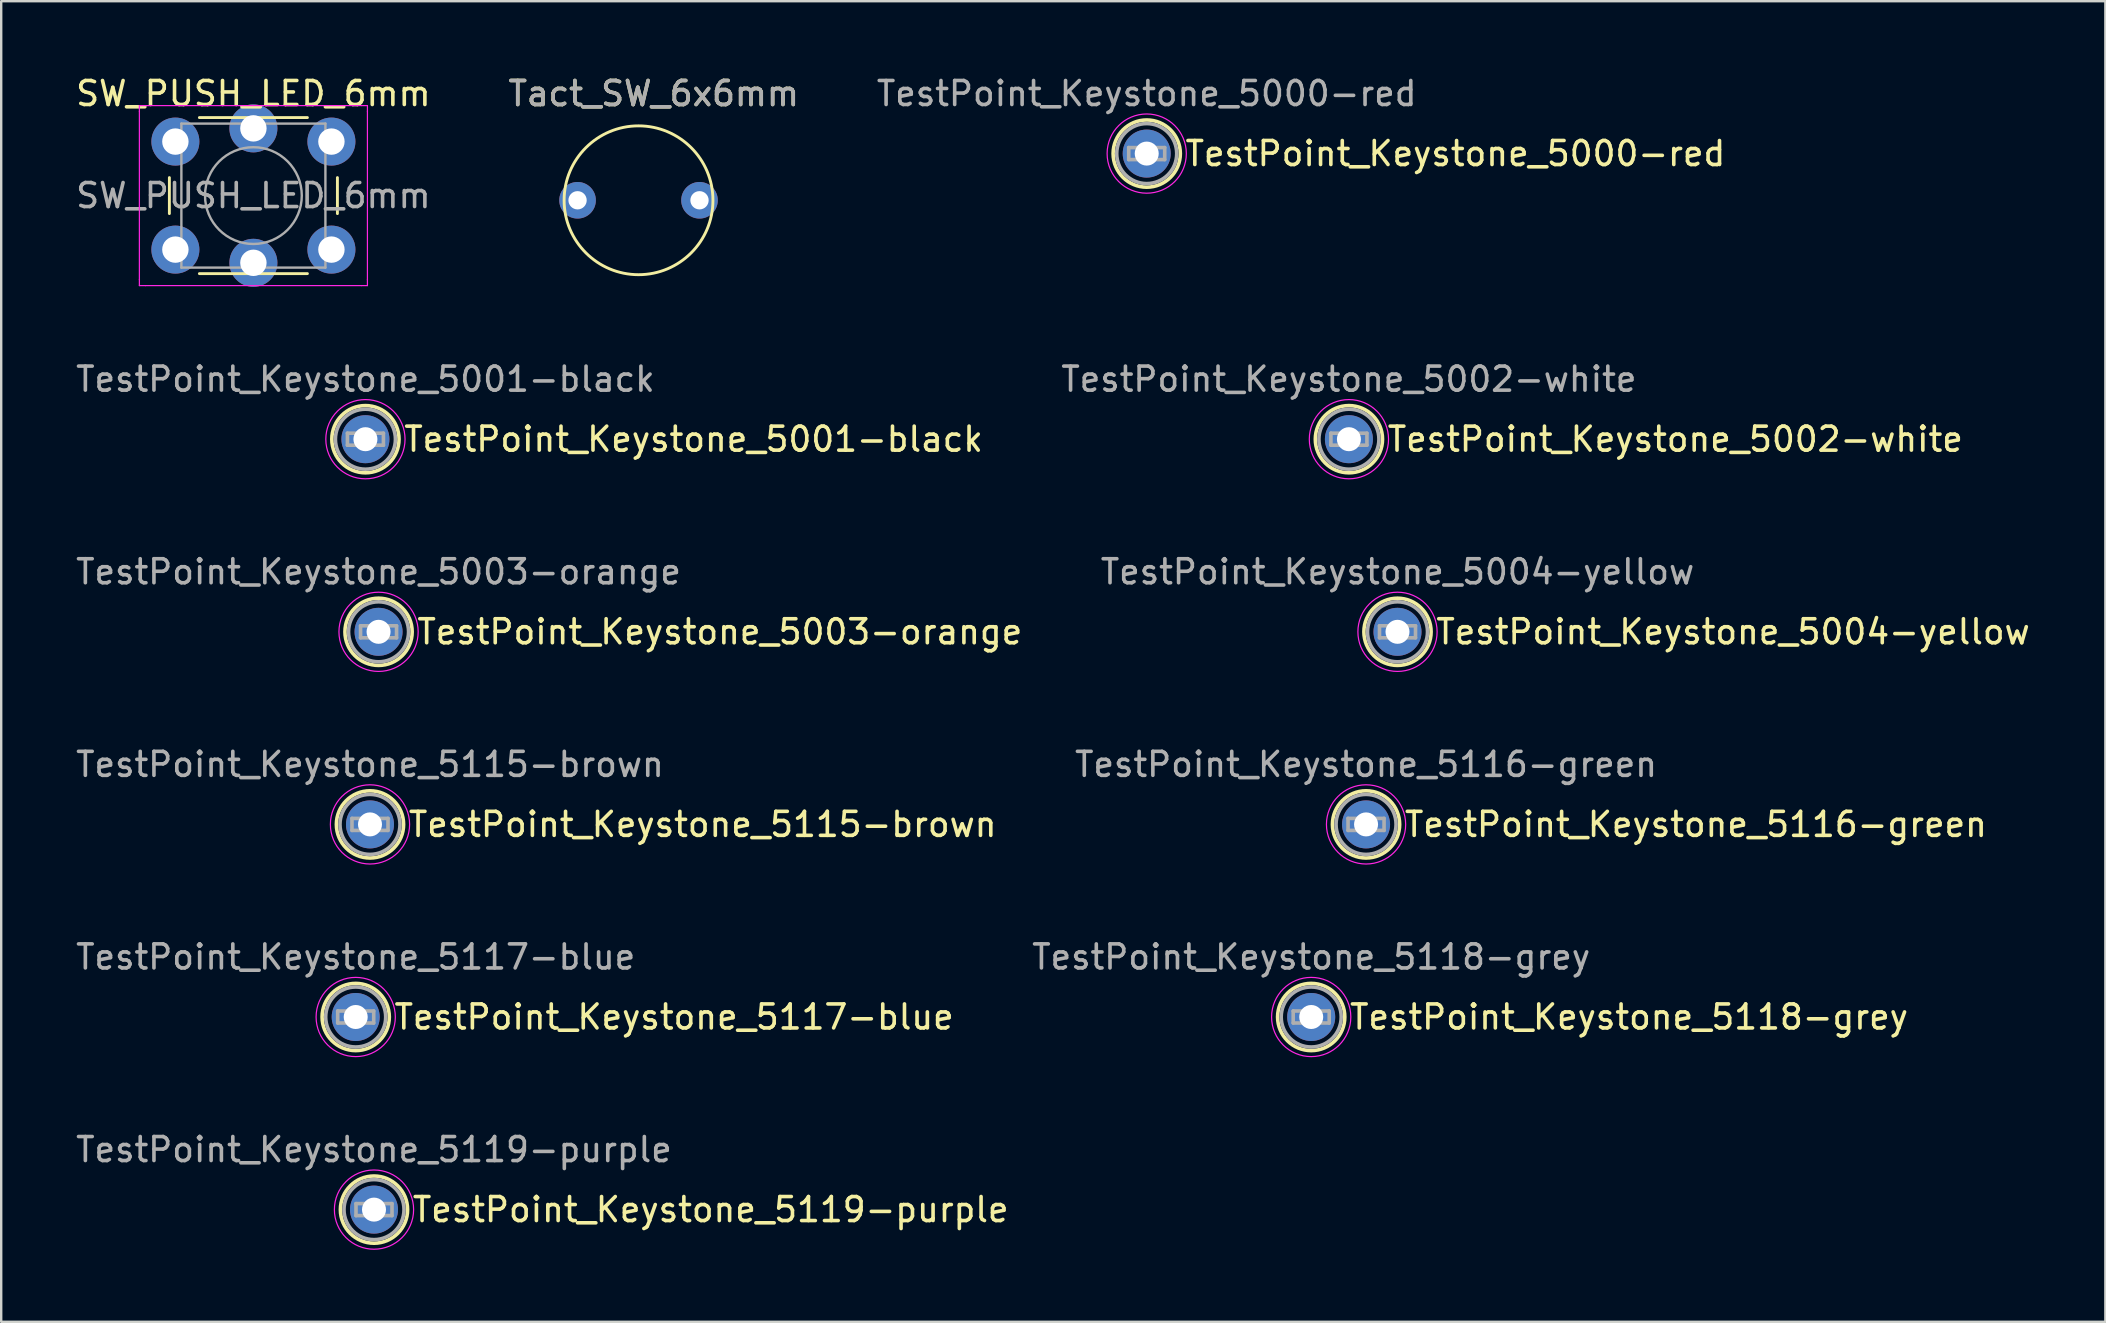
<source format=kicad_pcb>
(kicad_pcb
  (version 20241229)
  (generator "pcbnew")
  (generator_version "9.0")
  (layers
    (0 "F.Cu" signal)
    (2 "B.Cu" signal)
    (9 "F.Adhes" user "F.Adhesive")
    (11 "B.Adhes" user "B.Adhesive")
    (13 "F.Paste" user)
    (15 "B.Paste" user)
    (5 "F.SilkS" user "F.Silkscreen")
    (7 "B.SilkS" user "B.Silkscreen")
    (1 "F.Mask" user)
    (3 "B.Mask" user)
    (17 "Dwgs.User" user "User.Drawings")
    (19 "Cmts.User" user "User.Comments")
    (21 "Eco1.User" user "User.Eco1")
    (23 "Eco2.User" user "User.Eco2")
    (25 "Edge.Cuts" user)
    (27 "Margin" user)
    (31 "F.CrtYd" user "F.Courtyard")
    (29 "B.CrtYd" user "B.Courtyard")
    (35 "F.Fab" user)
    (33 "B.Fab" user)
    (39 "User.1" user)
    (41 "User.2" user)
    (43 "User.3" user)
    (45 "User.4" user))
  (footprint "SW_PUSH_LED_6mm"
    (layer "F.Cu")
    (at 4.256 2.848)
    (property "Reference" "SW_PUSH_LED_6mm" (at 3.25 -2 0) (layer "F.SilkS") (effects (font (size 1 1) (thickness 0.15))))
    (attr through_hole)
    (fp_line (start -0.25 1.5) (end -0.25 3) (stroke (width 0.12) (type solid)) (layer "F.SilkS"))
    (fp_line (start 1 5.5) (end 5.5 5.5) (stroke (width 0.12) (type solid)) (layer "F.SilkS"))
    (fp_line (start 5.5 -1) (end 1 -1) (stroke (width 0.12) (type solid)) (layer "F.SilkS"))
    (fp_line (start 6.75 3) (end 6.75 1.5) (stroke (width 0.12) (type solid)) (layer "F.SilkS"))
    (fp_line (start -1.5 -1.5) (end -1.25 -1.5) (stroke (width 0.05) (type solid)) (layer "F.CrtYd"))
    (fp_line (start -1.5 -1.25) (end -1.5 -1.5) (stroke (width 0.05) (type solid)) (layer "F.CrtYd"))
    (fp_line (start -1.5 5.75) (end -1.5 -1.25) (stroke (width 0.05) (type solid)) (layer "F.CrtYd"))
    (fp_line (start -1.5 5.75) (end -1.5 6) (stroke (width 0.05) (type solid)) (layer "F.CrtYd"))
    (fp_line (start -1.5 6) (end -1.25 6) (stroke (width 0.05) (type solid)) (layer "F.CrtYd"))
    (fp_line (start -1.25 -1.5) (end 7.75 -1.5) (stroke (width 0.05) (type solid)) (layer "F.CrtYd"))
    (fp_line (start 7.75 -1.5) (end 8 -1.5) (stroke (width 0.05) (type solid)) (layer "F.CrtYd"))
    (fp_line (start 7.75 6) (end -1.25 6) (stroke (width 0.05) (type solid)) (layer "F.CrtYd"))
    (fp_line (start 7.75 6) (end 8 6) (stroke (width 0.05) (type solid)) (layer "F.CrtYd"))
    (fp_line (start 8 -1.5) (end 8 -1.25) (stroke (width 0.05) (type solid)) (layer "F.CrtYd"))
    (fp_line (start 8 -1.25) (end 8 5.75) (stroke (width 0.05) (type solid)) (layer "F.CrtYd"))
    (fp_line (start 8 6) (end 8 5.75) (stroke (width 0.05) (type solid)) (layer "F.CrtYd"))
    (fp_line (start 0.25 -0.75) (end 3.25 -0.75) (stroke (width 0.1) (type solid)) (layer "F.Fab"))
    (fp_line (start 0.25 5.25) (end 0.25 -0.75) (stroke (width 0.1) (type solid)) (layer "F.Fab"))
    (fp_line (start 3.25 -0.75) (end 6.25 -0.75) (stroke (width 0.1) (type solid)) (layer "F.Fab"))
    (fp_line (start 6.25 -0.75) (end 6.25 5.25) (stroke (width 0.1) (type solid)) (layer "F.Fab"))
    (fp_line (start 6.25 5.25) (end 0.25 5.25) (stroke (width 0.1) (type solid)) (layer "F.Fab"))
    (fp_circle (center 3.25 2.25) (end 1.25 2.5) (stroke (width 0.1) (type solid)) (fill no) (layer "F.Fab"))
    (fp_text user "${REFERENCE}" (at 3.25 2.25 0) (layer "F.Fab") (effects (font (size 1 1) (thickness 0.15))))
    (pad "1" thru_hole circle (at 6.5 0 90) (size 2 2) (drill 1.1) (layers "*.Cu" "*.Mask"))
    (pad "1" thru_hole circle (at 6.5 4.5 90) (size 2 2) (drill 1.1) (layers "*.Cu" "*.Mask"))
    (pad "2" thru_hole circle (at 0 0 90) (size 2 2) (drill 1.1) (layers "*.Cu" "*.Mask"))
    (pad "2" thru_hole circle (at 0 4.5 90) (size 2 2) (drill 1.1) (layers "*.Cu" "*.Mask"))
    (pad "3" thru_hole circle (at 3.25 5.05 90) (size 2 2) (drill 1.1) (layers "*.Cu" "*.Mask"))
    (pad "4" thru_hole circle (at 3.25 -0.55 90) (size 2 2) (drill 1.1) (layers "*.Cu" "*.Mask")))
  (footprint "TestPoint_Keystone_5000-red"
    (layer "F.Cu")
    (at 44.72 3.348)
    (property "Reference" "TestPoint_Keystone_5000-red" (at 1.524 0 0) (layer "F.SilkS") (effects (font (size 1 1) (thickness 0.15)) (justify left)))
    (attr through_hole)
    (fp_circle (center 0 0) (end 1.4 0) (stroke (width 0.15) (type solid)) (fill no) (layer "F.SilkS"))
    (fp_circle (center 0 0) (end 1.65 0) (stroke (width 0.05) (type solid)) (fill no) (layer "F.CrtYd"))
    (fp_line (start -0.75 -0.25) (end 0.75 -0.25) (stroke (width 0.15) (type solid)) (layer "F.Fab"))
    (fp_line (start -0.75 0.25) (end -0.75 -0.25) (stroke (width 0.15) (type solid)) (layer "F.Fab"))
    (fp_line (start 0.75 -0.25) (end 0.75 0.25) (stroke (width 0.15) (type solid)) (layer "F.Fab"))
    (fp_line (start 0.75 0.25) (end -0.75 0.25) (stroke (width 0.15) (type solid)) (layer "F.Fab"))
    (fp_circle (center 0 0) (end 1.25 0) (stroke (width 0.15) (type solid)) (fill no) (layer "F.Fab"))
    (fp_text user "${REFERENCE}" (at 0 -2.5 0) (layer "F.Fab") (effects (font (size 1 1) (thickness 0.15))))
    (pad "1" thru_hole circle (at 0 0) (size 2 2) (drill 1) (layers "*.Cu" "*.Mask")))
  (footprint "TestPoint_Keystone_5001-black"
    (layer "F.Cu")
    (at 12.173 15.246)
    (property "Reference" "TestPoint_Keystone_5001-black" (at 1.524 0 0) (layer "F.SilkS") (effects (font (size 1 1) (thickness 0.15)) (justify left)))
    (attr through_hole)
    (fp_circle (center 0 0) (end 1.4 0) (stroke (width 0.15) (type solid)) (fill no) (layer "F.SilkS"))
    (fp_circle (center 0 0) (end 1.65 0) (stroke (width 0.05) (type solid)) (fill no) (layer "F.CrtYd"))
    (fp_line (start -0.75 -0.25) (end 0.75 -0.25) (stroke (width 0.15) (type solid)) (layer "F.Fab"))
    (fp_line (start -0.75 0.25) (end -0.75 -0.25) (stroke (width 0.15) (type solid)) (layer "F.Fab"))
    (fp_line (start 0.75 -0.25) (end 0.75 0.25) (stroke (width 0.15) (type solid)) (layer "F.Fab"))
    (fp_line (start 0.75 0.25) (end -0.75 0.25) (stroke (width 0.15) (type solid)) (layer "F.Fab"))
    (fp_circle (center 0 0) (end 1.25 0) (stroke (width 0.15) (type solid)) (fill no) (layer "F.Fab"))
    (fp_text user "${REFERENCE}" (at 0 -2.5 0) (layer "F.Fab") (effects (font (size 1 1) (thickness 0.15))))
    (pad "1" thru_hole circle (at 0 0) (size 2 2) (drill 1) (layers "*.Cu" "*.Mask")))
  (footprint "TestPoint_Keystone_5116-green"
    (layer "F.Cu")
    (at 53.857 31.293)
    (property "Reference" "TestPoint_Keystone_5116-green" (at 1.524 0 0) (layer "F.SilkS") (effects (font (size 1 1) (thickness 0.15)) (justify left)))
    (attr through_hole)
    (fp_circle (center 0 0) (end 1.4 0) (stroke (width 0.15) (type solid)) (fill no) (layer "F.SilkS"))
    (fp_circle (center 0 0) (end 1.65 0) (stroke (width 0.05) (type solid)) (fill no) (layer "F.CrtYd"))
    (fp_line (start -0.75 -0.25) (end 0.75 -0.25) (stroke (width 0.15) (type solid)) (layer "F.Fab"))
    (fp_line (start -0.75 0.25) (end -0.75 -0.25) (stroke (width 0.15) (type solid)) (layer "F.Fab"))
    (fp_line (start 0.75 -0.25) (end 0.75 0.25) (stroke (width 0.15) (type solid)) (layer "F.Fab"))
    (fp_line (start 0.75 0.25) (end -0.75 0.25) (stroke (width 0.15) (type solid)) (layer "F.Fab"))
    (fp_circle (center 0 0) (end 1.25 0) (stroke (width 0.15) (type solid)) (fill no) (layer "F.Fab"))
    (fp_text user "${REFERENCE}" (at 0 -2.5 0) (layer "F.Fab") (effects (font (size 1 1) (thickness 0.15))))
    (pad "1" thru_hole circle (at 0 0) (size 2 2) (drill 1) (layers "*.Cu" "*.Mask")))
  (footprint "TestPoint_Keystone_5004-yellow"
    (layer "F.Cu")
    (at 55.167 23.27)
    (property "Reference" "TestPoint_Keystone_5004-yellow" (at 1.524 0 0) (layer "F.SilkS") (effects (font (size 1 1) (thickness 0.15)) (justify left)))
    (attr through_hole)
    (fp_circle (center 0 0) (end 1.4 0) (stroke (width 0.15) (type solid)) (fill no) (layer "F.SilkS"))
    (fp_circle (center 0 0) (end 1.65 0) (stroke (width 0.05) (type solid)) (fill no) (layer "F.CrtYd"))
    (fp_line (start -0.75 -0.25) (end 0.75 -0.25) (stroke (width 0.15) (type solid)) (layer "F.Fab"))
    (fp_line (start -0.75 0.25) (end -0.75 -0.25) (stroke (width 0.15) (type solid)) (layer "F.Fab"))
    (fp_line (start 0.75 -0.25) (end 0.75 0.25) (stroke (width 0.15) (type solid)) (layer "F.Fab"))
    (fp_line (start 0.75 0.25) (end -0.75 0.25) (stroke (width 0.15) (type solid)) (layer "F.Fab"))
    (fp_circle (center 0 0) (end 1.25 0) (stroke (width 0.15) (type solid)) (fill no) (layer "F.Fab"))
    (fp_text user "${REFERENCE}" (at 0 -2.5 0) (layer "F.Fab") (effects (font (size 1 1) (thickness 0.15))))
    (pad "1" thru_hole circle (at 0 0) (size 2 2) (drill 1) (layers "*.Cu" "*.Mask")))
  (footprint "TestPoint_Keystone_5002-white"
    (layer "F.Cu")
    (at 53.143 15.246)
    (property "Reference" "TestPoint_Keystone_5002-white" (at 1.524 0 0) (layer "F.SilkS") (effects (font (size 1 1) (thickness 0.15)) (justify left)))
    (attr through_hole)
    (fp_circle (center 0 0) (end 1.4 0) (stroke (width 0.15) (type solid)) (fill no) (layer "F.SilkS"))
    (fp_circle (center 0 0) (end 1.65 0) (stroke (width 0.05) (type solid)) (fill no) (layer "F.CrtYd"))
    (fp_line (start -0.75 -0.25) (end 0.75 -0.25) (stroke (width 0.15) (type solid)) (layer "F.Fab"))
    (fp_line (start -0.75 0.25) (end -0.75 -0.25) (stroke (width 0.15) (type solid)) (layer "F.Fab"))
    (fp_line (start 0.75 -0.25) (end 0.75 0.25) (stroke (width 0.15) (type solid)) (layer "F.Fab"))
    (fp_line (start 0.75 0.25) (end -0.75 0.25) (stroke (width 0.15) (type solid)) (layer "F.Fab"))
    (fp_circle (center 0 0) (end 1.25 0) (stroke (width 0.15) (type solid)) (fill no) (layer "F.Fab"))
    (fp_text user "${REFERENCE}" (at 0 -2.5 0) (layer "F.Fab") (effects (font (size 1 1) (thickness 0.15))))
    (pad "1" thru_hole circle (at 0 0) (size 2 2) (drill 1) (layers "*.Cu" "*.Mask")))
  (footprint "TestPoint_Keystone_5118-grey"
    (layer "F.Cu")
    (at 51.572 39.316)
    (property "Reference" "TestPoint_Keystone_5118-grey" (at 1.524 0 0) (layer "F.SilkS") (effects (font (size 1 1) (thickness 0.15)) (justify left)))
    (attr through_hole)
    (fp_circle (center 0 0) (end 1.4 0) (stroke (width 0.15) (type solid)) (fill no) (layer "F.SilkS"))
    (fp_circle (center 0 0) (end 1.65 0) (stroke (width 0.05) (type solid)) (fill no) (layer "F.CrtYd"))
    (fp_line (start -0.75 -0.25) (end 0.75 -0.25) (stroke (width 0.15) (type solid)) (layer "F.Fab"))
    (fp_line (start -0.75 0.25) (end -0.75 -0.25) (stroke (width 0.15) (type solid)) (layer "F.Fab"))
    (fp_line (start 0.75 -0.25) (end 0.75 0.25) (stroke (width 0.15) (type solid)) (layer "F.Fab"))
    (fp_line (start 0.75 0.25) (end -0.75 0.25) (stroke (width 0.15) (type solid)) (layer "F.Fab"))
    (fp_circle (center 0 0) (end 1.25 0) (stroke (width 0.15) (type solid)) (fill no) (layer "F.Fab"))
    (fp_text user "${REFERENCE}" (at 0 -2.5 0) (layer "F.Fab") (effects (font (size 1 1) (thickness 0.15))))
    (pad "1" thru_hole circle (at 0 0) (size 2 2) (drill 1) (layers "*.Cu" "*.Mask")))
  (footprint "TestPoint_Keystone_5119-purple"
    (layer "F.Cu")
    (at 12.53 47.34)
    (property "Reference" "TestPoint_Keystone_5119-purple" (at 1.524 0 0) (layer "F.SilkS") (effects (font (size 1 1) (thickness 0.15)) (justify left)))
    (attr through_hole)
    (fp_circle (center 0 0) (end 1.4 0) (stroke (width 0.15) (type solid)) (fill no) (layer "F.SilkS"))
    (fp_circle (center 0 0) (end 1.65 0) (stroke (width 0.05) (type solid)) (fill no) (layer "F.CrtYd"))
    (fp_line (start -0.75 -0.25) (end 0.75 -0.25) (stroke (width 0.15) (type solid)) (layer "F.Fab"))
    (fp_line (start -0.75 0.25) (end -0.75 -0.25) (stroke (width 0.15) (type solid)) (layer "F.Fab"))
    (fp_line (start 0.75 -0.25) (end 0.75 0.25) (stroke (width 0.15) (type solid)) (layer "F.Fab"))
    (fp_line (start 0.75 0.25) (end -0.75 0.25) (stroke (width 0.15) (type solid)) (layer "F.Fab"))
    (fp_circle (center 0 0) (end 1.25 0) (stroke (width 0.15) (type solid)) (fill no) (layer "F.Fab"))
    (fp_text user "${REFERENCE}" (at 0 -2.5 0) (layer "F.Fab") (effects (font (size 1 1) (thickness 0.15))))
    (pad "1" thru_hole circle (at 0 0) (size 2 2) (drill 1) (layers "*.Cu" "*.Mask")))
  (footprint "Tact_SW_6x6mm"
    (layer "F.Cu")
    (at 23.55 5.293)
    (property "Reference" "Tact_SW_6x6mm" (at 0.635 -4.445 0) (layer "F.SilkS") (effects (font (size 1 1) (thickness 0.15))))
    (attr through_hole)
    (fp_circle (center 0 0) (end 3.1 0) (stroke (width 0.12) (type solid)) (fill no) (layer "F.SilkS"))
    (fp_text user "${REFERENCE}" (at 0.635 -4.445 0) (layer "F.Fab") (effects (font (size 1 1) (thickness 0.15))))
    (pad "1" thru_hole circle (at -2.54 0) (size 1.524 1.524) (drill 0.762) (layers "*.Cu" "*.Mask"))
    (pad "2" thru_hole circle (at 2.54 0) (size 1.524 1.524) (drill 0.762) (layers "*.Cu" "*.Mask")))
  (footprint "TestPoint_Keystone_5115-brown"
    (layer "F.Cu")
    (at 12.363 31.293)
    (property "Reference" "TestPoint_Keystone_5115-brown" (at 1.524 0 0) (layer "F.SilkS") (effects (font (size 1 1) (thickness 0.15)) (justify left)))
    (attr through_hole)
    (fp_circle (center 0 0) (end 1.4 0) (stroke (width 0.15) (type solid)) (fill no) (layer "F.SilkS"))
    (fp_circle (center 0 0) (end 1.65 0) (stroke (width 0.05) (type solid)) (fill no) (layer "F.CrtYd"))
    (fp_line (start -0.75 -0.25) (end 0.75 -0.25) (stroke (width 0.15) (type solid)) (layer "F.Fab"))
    (fp_line (start -0.75 0.25) (end -0.75 -0.25) (stroke (width 0.15) (type solid)) (layer "F.Fab"))
    (fp_line (start 0.75 -0.25) (end 0.75 0.25) (stroke (width 0.15) (type solid)) (layer "F.Fab"))
    (fp_line (start 0.75 0.25) (end -0.75 0.25) (stroke (width 0.15) (type solid)) (layer "F.Fab"))
    (fp_circle (center 0 0) (end 1.25 0) (stroke (width 0.15) (type solid)) (fill no) (layer "F.Fab"))
    (fp_text user "${REFERENCE}" (at 0 -2.5 0) (layer "F.Fab") (effects (font (size 1 1) (thickness 0.15))))
    (pad "1" thru_hole circle (at 0 0) (size 2 2) (drill 1) (layers "*.Cu" "*.Mask")))
  (footprint "TestPoint_Keystone_5003-orange"
    (layer "F.Cu")
    (at 12.72 23.27)
    (property "Reference" "TestPoint_Keystone_5003-orange" (at 1.524 0 0) (layer "F.SilkS") (effects (font (size 1 1) (thickness 0.15)) (justify left)))
    (attr through_hole)
    (fp_circle (center 0 0) (end 1.4 0) (stroke (width 0.15) (type solid)) (fill no) (layer "F.SilkS"))
    (fp_circle (center 0 0) (end 1.65 0) (stroke (width 0.05) (type solid)) (fill no) (layer "F.CrtYd"))
    (fp_line (start -0.75 -0.25) (end 0.75 -0.25) (stroke (width 0.15) (type solid)) (layer "F.Fab"))
    (fp_line (start -0.75 0.25) (end -0.75 -0.25) (stroke (width 0.15) (type solid)) (layer "F.Fab"))
    (fp_line (start 0.75 -0.25) (end 0.75 0.25) (stroke (width 0.15) (type solid)) (layer "F.Fab"))
    (fp_line (start 0.75 0.25) (end -0.75 0.25) (stroke (width 0.15) (type solid)) (layer "F.Fab"))
    (fp_circle (center 0 0) (end 1.25 0) (stroke (width 0.15) (type solid)) (fill no) (layer "F.Fab"))
    (fp_text user "${REFERENCE}" (at 0 -2.5 0) (layer "F.Fab") (effects (font (size 1 1) (thickness 0.15))))
    (pad "1" thru_hole circle (at 0 0) (size 2 2) (drill 1) (layers "*.Cu" "*.Mask")))
  (footprint "TestPoint_Keystone_5117-blue"
    (layer "F.Cu")
    (at 11.768 39.316)
    (property "Reference" "TestPoint_Keystone_5117-blue" (at 1.524 0 0) (layer "F.SilkS") (effects (font (size 1 1) (thickness 0.15)) (justify left)))
    (attr through_hole)
    (fp_circle (center 0 0) (end 1.4 0) (stroke (width 0.15) (type solid)) (fill no) (layer "F.SilkS"))
    (fp_circle (center 0 0) (end 1.65 0) (stroke (width 0.05) (type solid)) (fill no) (layer "F.CrtYd"))
    (fp_line (start -0.75 -0.25) (end 0.75 -0.25) (stroke (width 0.15) (type solid)) (layer "F.Fab"))
    (fp_line (start -0.75 0.25) (end -0.75 -0.25) (stroke (width 0.15) (type solid)) (layer "F.Fab"))
    (fp_line (start 0.75 -0.25) (end 0.75 0.25) (stroke (width 0.15) (type solid)) (layer "F.Fab"))
    (fp_line (start 0.75 0.25) (end -0.75 0.25) (stroke (width 0.15) (type solid)) (layer "F.Fab"))
    (fp_circle (center 0 0) (end 1.25 0) (stroke (width 0.15) (type solid)) (fill no) (layer "F.Fab"))
    (fp_text user "${REFERENCE}" (at 0 -2.5 0) (layer "F.Fab") (effects (font (size 1 1) (thickness 0.15))))
    (pad "1" thru_hole circle (at 0 0) (size 2 2) (drill 1) (layers "*.Cu" "*.Mask")))
  (gr_rect
    (start -3 -3)
    (end 84.655 52.014)
    (stroke (width 0.1) (type default))
    (fill no)
    (layer "Edge.Cuts")))
</source>
